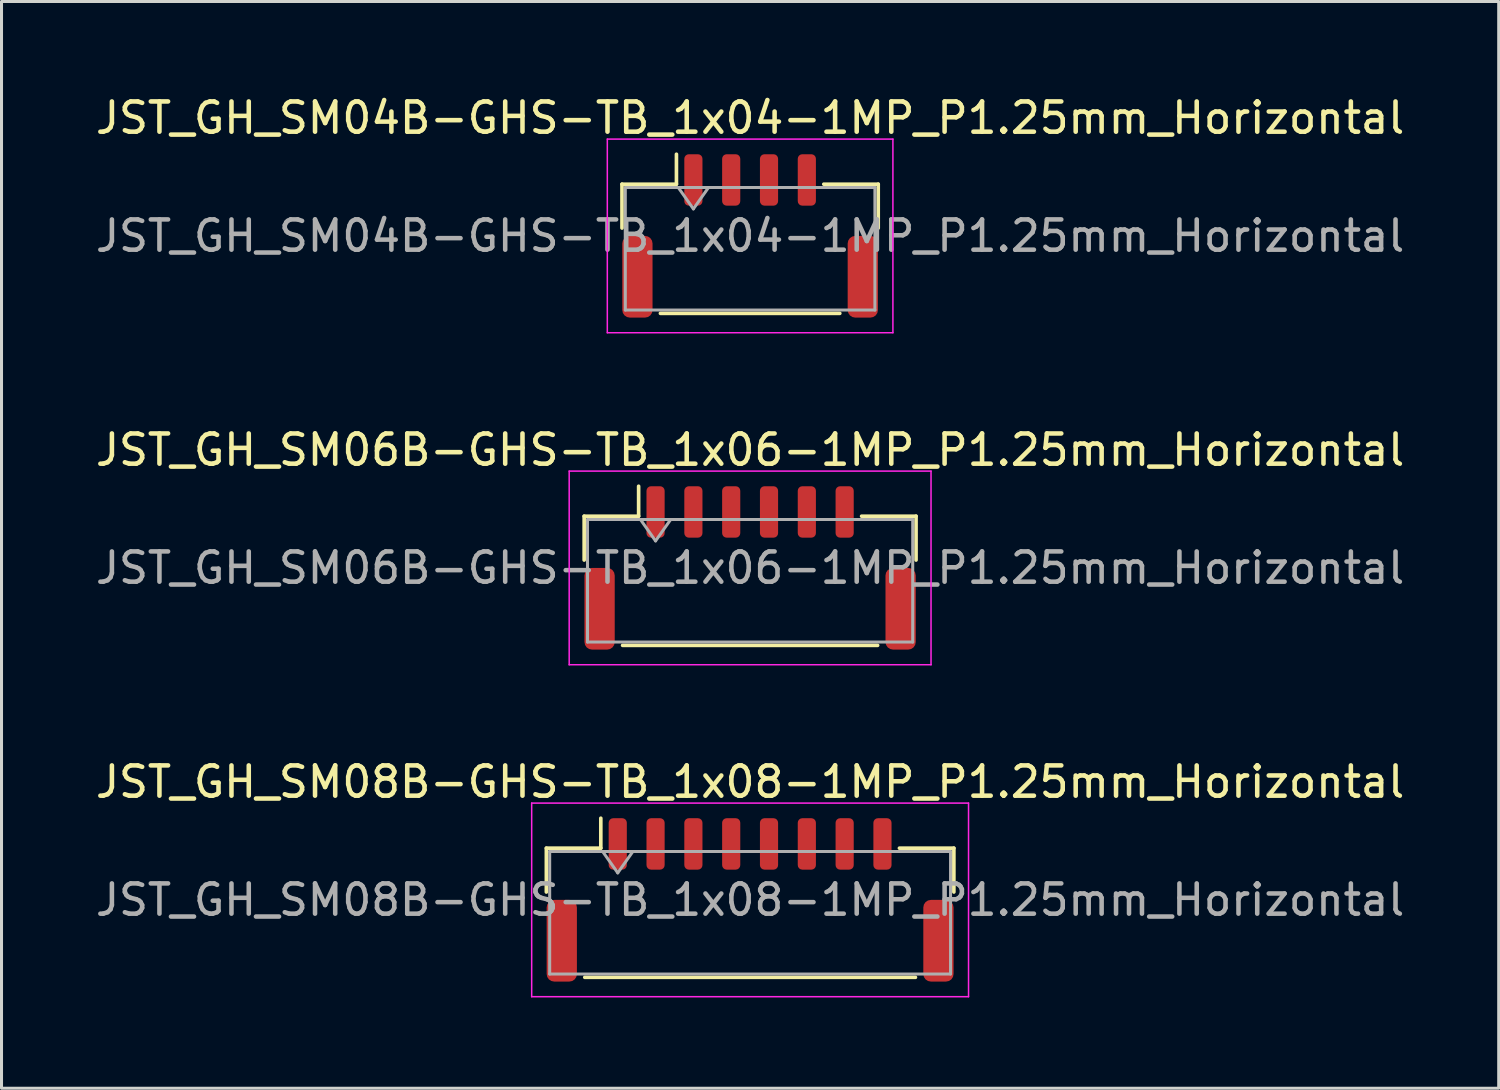
<source format=kicad_pcb>
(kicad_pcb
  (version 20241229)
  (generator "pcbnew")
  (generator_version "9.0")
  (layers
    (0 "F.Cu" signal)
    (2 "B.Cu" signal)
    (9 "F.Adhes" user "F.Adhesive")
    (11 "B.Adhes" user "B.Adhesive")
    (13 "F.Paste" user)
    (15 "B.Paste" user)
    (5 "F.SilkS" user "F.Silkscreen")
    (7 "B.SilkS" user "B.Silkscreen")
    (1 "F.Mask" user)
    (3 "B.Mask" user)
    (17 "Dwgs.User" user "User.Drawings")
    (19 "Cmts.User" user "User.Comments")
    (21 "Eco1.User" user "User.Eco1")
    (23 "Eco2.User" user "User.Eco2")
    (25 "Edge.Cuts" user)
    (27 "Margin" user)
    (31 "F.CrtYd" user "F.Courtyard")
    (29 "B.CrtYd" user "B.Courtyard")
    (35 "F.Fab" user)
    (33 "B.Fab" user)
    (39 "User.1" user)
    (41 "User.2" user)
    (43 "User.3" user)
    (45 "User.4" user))
  (footprint "JST_GH_SM04B-GHS-TB_1x04-1MP_P1.25mm_Horizontal"
    (layer "F.Cu")
    (at 21.744 4.748)
    (property "Reference" "JST_GH_SM04B-GHS-TB_1x04-1MP_P1.25mm_Horizontal" (at 0 -3.9 0) (layer "F.SilkS") (effects (font (size 1 1) (thickness 0.15))))
    (attr smd)
    (fp_line (start -4.235 -1.71) (end -2.435 -1.71) (stroke (width 0.12) (type solid)) (layer "F.SilkS"))
    (fp_line (start -4.235 -0.26) (end -4.235 -1.71) (stroke (width 0.12) (type solid)) (layer "F.SilkS"))
    (fp_line (start -2.965 2.56) (end 2.965 2.56) (stroke (width 0.12) (type solid)) (layer "F.SilkS"))
    (fp_line (start -2.435 -1.71) (end -2.435 -2.7) (stroke (width 0.12) (type solid)) (layer "F.SilkS"))
    (fp_line (start 4.235 -1.71) (end 2.435 -1.71) (stroke (width 0.12) (type solid)) (layer "F.SilkS"))
    (fp_line (start 4.235 -0.26) (end 4.235 -1.71) (stroke (width 0.12) (type solid)) (layer "F.SilkS"))
    (fp_line (start -4.72 -3.2) (end -4.72 3.2) (stroke (width 0.05) (type solid)) (layer "F.CrtYd"))
    (fp_line (start -4.72 3.2) (end 4.72 3.2) (stroke (width 0.05) (type solid)) (layer "F.CrtYd"))
    (fp_line (start 4.72 -3.2) (end -4.72 -3.2) (stroke (width 0.05) (type solid)) (layer "F.CrtYd"))
    (fp_line (start 4.72 3.2) (end 4.72 -3.2) (stroke (width 0.05) (type solid)) (layer "F.CrtYd"))
    (fp_line (start -4.125 -1.6) (end -4.125 2.45) (stroke (width 0.1) (type solid)) (layer "F.Fab"))
    (fp_line (start -4.125 -1.6) (end 4.125 -1.6) (stroke (width 0.1) (type solid)) (layer "F.Fab"))
    (fp_line (start -4.125 2.45) (end 4.125 2.45) (stroke (width 0.1) (type solid)) (layer "F.Fab"))
    (fp_line (start -2.375 -1.6) (end -1.875 -0.893) (stroke (width 0.1) (type solid)) (layer "F.Fab"))
    (fp_line (start -1.875 -0.893) (end -1.375 -1.6) (stroke (width 0.1) (type solid)) (layer "F.Fab"))
    (fp_line (start 4.125 -1.6) (end 4.125 2.45) (stroke (width 0.1) (type solid)) (layer "F.Fab"))
    (fp_text user "${REFERENCE}" (at 0 0 0) (layer "F.Fab") (effects (font (size 1 1) (thickness 0.15))))
    (pad "1" smd roundrect (at -1.875 -1.85) (size 0.6 1.7) (layers "F.Cu" "F.Mask" "F.Paste") (roundrect_rratio 0.25))
    (pad "2" smd roundrect (at -0.625 -1.85) (size 0.6 1.7) (layers "F.Cu" "F.Mask" "F.Paste") (roundrect_rratio 0.25))
    (pad "3" smd roundrect (at 0.625 -1.85) (size 0.6 1.7) (layers "F.Cu" "F.Mask" "F.Paste") (roundrect_rratio 0.25))
    (pad "4" smd roundrect (at 1.875 -1.85) (size 0.6 1.7) (layers "F.Cu" "F.Mask" "F.Paste") (roundrect_rratio 0.25))
    (pad "MP" smd roundrect (at -3.725 1.35) (size 1 2.7) (layers "F.Cu" "F.Mask" "F.Paste") (roundrect_rratio 0.25))
    (pad "MP" smd roundrect (at 3.725 1.35) (size 1 2.7) (layers "F.Cu" "F.Mask" "F.Paste") (roundrect_rratio 0.25)))
  (footprint "JST_GH_SM06B-GHS-TB_1x06-1MP_P1.25mm_Horizontal"
    (layer "F.Cu")
    (at 21.744 15.722)
    (property "Reference" "JST_GH_SM06B-GHS-TB_1x06-1MP_P1.25mm_Horizontal" (at 0 -3.9 0) (layer "F.SilkS") (effects (font (size 1 1) (thickness 0.15))))
    (attr smd)
    (fp_line (start -5.485 -1.71) (end -3.685 -1.71) (stroke (width 0.12) (type solid)) (layer "F.SilkS"))
    (fp_line (start -5.485 -0.26) (end -5.485 -1.71) (stroke (width 0.12) (type solid)) (layer "F.SilkS"))
    (fp_line (start -4.215 2.56) (end 4.215 2.56) (stroke (width 0.12) (type solid)) (layer "F.SilkS"))
    (fp_line (start -3.685 -1.71) (end -3.685 -2.7) (stroke (width 0.12) (type solid)) (layer "F.SilkS"))
    (fp_line (start 5.485 -1.71) (end 3.685 -1.71) (stroke (width 0.12) (type solid)) (layer "F.SilkS"))
    (fp_line (start 5.485 -0.26) (end 5.485 -1.71) (stroke (width 0.12) (type solid)) (layer "F.SilkS"))
    (fp_line (start -5.98 -3.2) (end -5.98 3.2) (stroke (width 0.05) (type solid)) (layer "F.CrtYd"))
    (fp_line (start -5.98 3.2) (end 5.98 3.2) (stroke (width 0.05) (type solid)) (layer "F.CrtYd"))
    (fp_line (start 5.98 -3.2) (end -5.98 -3.2) (stroke (width 0.05) (type solid)) (layer "F.CrtYd"))
    (fp_line (start 5.98 3.2) (end 5.98 -3.2) (stroke (width 0.05) (type solid)) (layer "F.CrtYd"))
    (fp_line (start -5.375 -1.6) (end -5.375 2.45) (stroke (width 0.1) (type solid)) (layer "F.Fab"))
    (fp_line (start -5.375 -1.6) (end 5.375 -1.6) (stroke (width 0.1) (type solid)) (layer "F.Fab"))
    (fp_line (start -5.375 2.45) (end 5.375 2.45) (stroke (width 0.1) (type solid)) (layer "F.Fab"))
    (fp_line (start -3.625 -1.6) (end -3.125 -0.893) (stroke (width 0.1) (type solid)) (layer "F.Fab"))
    (fp_line (start -3.125 -0.893) (end -2.625 -1.6) (stroke (width 0.1) (type solid)) (layer "F.Fab"))
    (fp_line (start 5.375 -1.6) (end 5.375 2.45) (stroke (width 0.1) (type solid)) (layer "F.Fab"))
    (fp_text user "${REFERENCE}" (at 0 0 0) (layer "F.Fab") (effects (font (size 1 1) (thickness 0.15))))
    (pad "1" smd roundrect (at -3.125 -1.85) (size 0.6 1.7) (layers "F.Cu" "F.Mask" "F.Paste") (roundrect_rratio 0.25))
    (pad "2" smd roundrect (at -1.875 -1.85) (size 0.6 1.7) (layers "F.Cu" "F.Mask" "F.Paste") (roundrect_rratio 0.25))
    (pad "3" smd roundrect (at -0.625 -1.85) (size 0.6 1.7) (layers "F.Cu" "F.Mask" "F.Paste") (roundrect_rratio 0.25))
    (pad "4" smd roundrect (at 0.625 -1.85) (size 0.6 1.7) (layers "F.Cu" "F.Mask" "F.Paste") (roundrect_rratio 0.25))
    (pad "5" smd roundrect (at 1.875 -1.85) (size 0.6 1.7) (layers "F.Cu" "F.Mask" "F.Paste") (roundrect_rratio 0.25))
    (pad "6" smd roundrect (at 3.125 -1.85) (size 0.6 1.7) (layers "F.Cu" "F.Mask" "F.Paste") (roundrect_rratio 0.25))
    (pad "MP" smd roundrect (at -4.975 1.35) (size 1 2.7) (layers "F.Cu" "F.Mask" "F.Paste") (roundrect_rratio 0.25))
    (pad "MP" smd roundrect (at 4.975 1.35) (size 1 2.7) (layers "F.Cu" "F.Mask" "F.Paste") (roundrect_rratio 0.25)))
  (footprint "JST_GH_SM08B-GHS-TB_1x08-1MP_P1.25mm_Horizontal"
    (layer "F.Cu")
    (at 21.744 26.695)
    (property "Reference" "JST_GH_SM08B-GHS-TB_1x08-1MP_P1.25mm_Horizontal" (at 0 -3.9 0) (layer "F.SilkS") (effects (font (size 1 1) (thickness 0.15))))
    (attr smd)
    (fp_line (start -6.735 -1.71) (end -4.935 -1.71) (stroke (width 0.12) (type solid)) (layer "F.SilkS"))
    (fp_line (start -6.735 -0.26) (end -6.735 -1.71) (stroke (width 0.12) (type solid)) (layer "F.SilkS"))
    (fp_line (start -5.465 2.56) (end 5.465 2.56) (stroke (width 0.12) (type solid)) (layer "F.SilkS"))
    (fp_line (start -4.935 -1.71) (end -4.935 -2.7) (stroke (width 0.12) (type solid)) (layer "F.SilkS"))
    (fp_line (start 6.735 -1.71) (end 4.935 -1.71) (stroke (width 0.12) (type solid)) (layer "F.SilkS"))
    (fp_line (start 6.735 -0.26) (end 6.735 -1.71) (stroke (width 0.12) (type solid)) (layer "F.SilkS"))
    (fp_line (start -7.22 -3.2) (end -7.22 3.2) (stroke (width 0.05) (type solid)) (layer "F.CrtYd"))
    (fp_line (start -7.22 3.2) (end 7.22 3.2) (stroke (width 0.05) (type solid)) (layer "F.CrtYd"))
    (fp_line (start 7.22 -3.2) (end -7.22 -3.2) (stroke (width 0.05) (type solid)) (layer "F.CrtYd"))
    (fp_line (start 7.22 3.2) (end 7.22 -3.2) (stroke (width 0.05) (type solid)) (layer "F.CrtYd"))
    (fp_line (start -6.625 -1.6) (end -6.625 2.45) (stroke (width 0.1) (type solid)) (layer "F.Fab"))
    (fp_line (start -6.625 -1.6) (end 6.625 -1.6) (stroke (width 0.1) (type solid)) (layer "F.Fab"))
    (fp_line (start -6.625 2.45) (end 6.625 2.45) (stroke (width 0.1) (type solid)) (layer "F.Fab"))
    (fp_line (start -4.875 -1.6) (end -4.375 -0.893) (stroke (width 0.1) (type solid)) (layer "F.Fab"))
    (fp_line (start -4.375 -0.893) (end -3.875 -1.6) (stroke (width 0.1) (type solid)) (layer "F.Fab"))
    (fp_line (start 6.625 -1.6) (end 6.625 2.45) (stroke (width 0.1) (type solid)) (layer "F.Fab"))
    (fp_text user "${REFERENCE}" (at 0 0 0) (layer "F.Fab") (effects (font (size 1 1) (thickness 0.15))))
    (pad "1" smd roundrect (at -4.375 -1.85) (size 0.6 1.7) (layers "F.Cu" "F.Mask" "F.Paste") (roundrect_rratio 0.25))
    (pad "2" smd roundrect (at -3.125 -1.85) (size 0.6 1.7) (layers "F.Cu" "F.Mask" "F.Paste") (roundrect_rratio 0.25))
    (pad "3" smd roundrect (at -1.875 -1.85) (size 0.6 1.7) (layers "F.Cu" "F.Mask" "F.Paste") (roundrect_rratio 0.25))
    (pad "4" smd roundrect (at -0.625 -1.85) (size 0.6 1.7) (layers "F.Cu" "F.Mask" "F.Paste") (roundrect_rratio 0.25))
    (pad "5" smd roundrect (at 0.625 -1.85) (size 0.6 1.7) (layers "F.Cu" "F.Mask" "F.Paste") (roundrect_rratio 0.25))
    (pad "6" smd roundrect (at 1.875 -1.85) (size 0.6 1.7) (layers "F.Cu" "F.Mask" "F.Paste") (roundrect_rratio 0.25))
    (pad "7" smd roundrect (at 3.125 -1.85) (size 0.6 1.7) (layers "F.Cu" "F.Mask" "F.Paste") (roundrect_rratio 0.25))
    (pad "8" smd roundrect (at 4.375 -1.85) (size 0.6 1.7) (layers "F.Cu" "F.Mask" "F.Paste") (roundrect_rratio 0.25))
    (pad "MP" smd roundrect (at -6.225 1.35) (size 1 2.7) (layers "F.Cu" "F.Mask" "F.Paste") (roundrect_rratio 0.25))
    (pad "MP" smd roundrect (at 6.225 1.35) (size 1 2.7) (layers "F.Cu" "F.Mask" "F.Paste") (roundrect_rratio 0.25)))
  (gr_rect
    (start -3 -3)
    (end 46.488 32.92)
    (stroke (width 0.1) (type default))
    (fill no)
    (layer "Edge.Cuts")))
</source>
